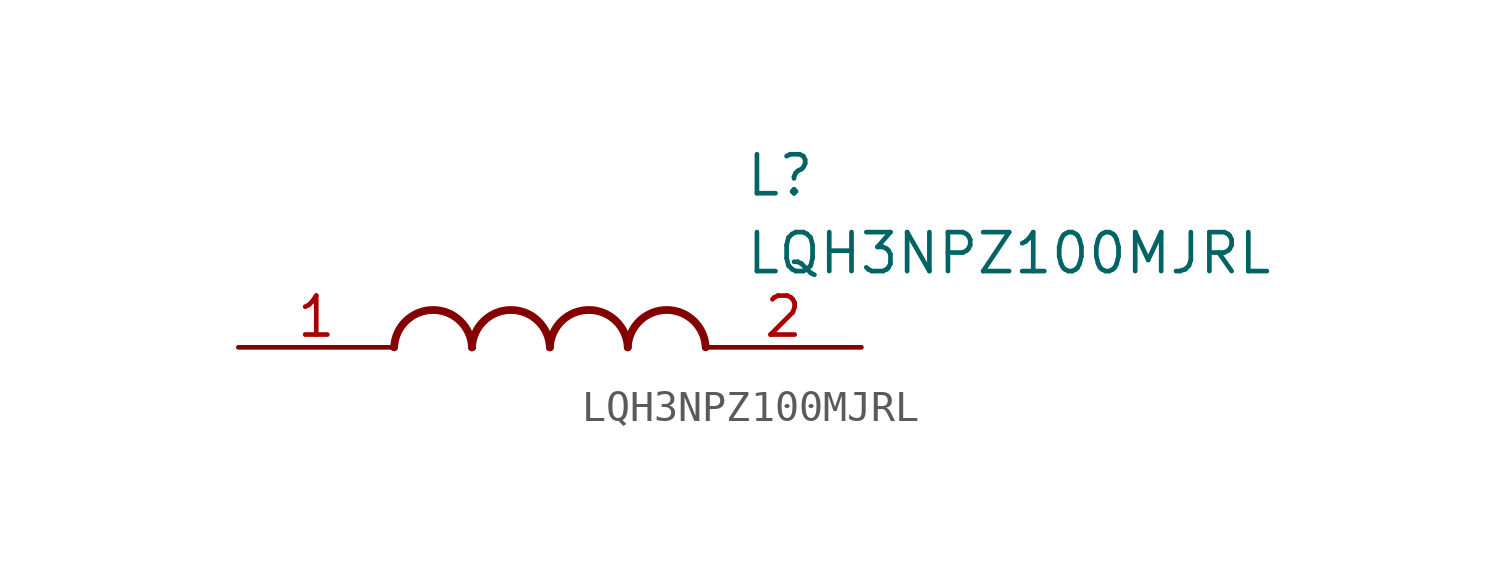
<source format=kicad_sym>
(kicad_symbol_lib
  (version 20211014)
  (generator SamacSys_ECAD_Model)
  (symbol "LQH3NPZ100MJRL"
    (pin_names hide)
    (property "Reference" "L"
      (at 16.51 6.35 0)
      (effects (font (size 1.27 1.27)) (justify left top)))
    (property "Value" "LQH3NPZ100MJRL"
      (at 16.51 3.81 0)
      (effects (font (size 1.27 1.27)) (justify left top)))
    (arc
      (start 7.62 0)
      (mid 6.35 1.219)
      (end 5.08 0)
      (stroke (width 0.254) (type default))
      (fill (type none)))
    (arc
      (start 10.16 0)
      (mid 8.89 1.219)
      (end 7.62 0)
      (stroke (width 0.254) (type default))
      (fill (type none)))
    (arc
      (start 12.7 0)
      (mid 11.43 1.219)
      (end 10.16 0)
      (stroke (width 0.254) (type default))
      (fill (type none)))
    (arc
      (start 15.24 0)
      (mid 13.97 1.219)
      (end 12.7 0)
      (stroke (width 0.254) (type default))
      (fill (type none)))
    (pin passive line
      (at 0 0 0)
      (length 5.08)
      (name "1" (effects (font (size 1.27 1.27))))
      (number "1" (effects (font (size 1.27 1.27)))))
    (pin passive line
      (at 20.32 0 180)
      (length 5.08)
      (name "2" (effects (font (size 1.27 1.27))))
      (number "2" (effects (font (size 1.27 1.27)))))))
</source>
